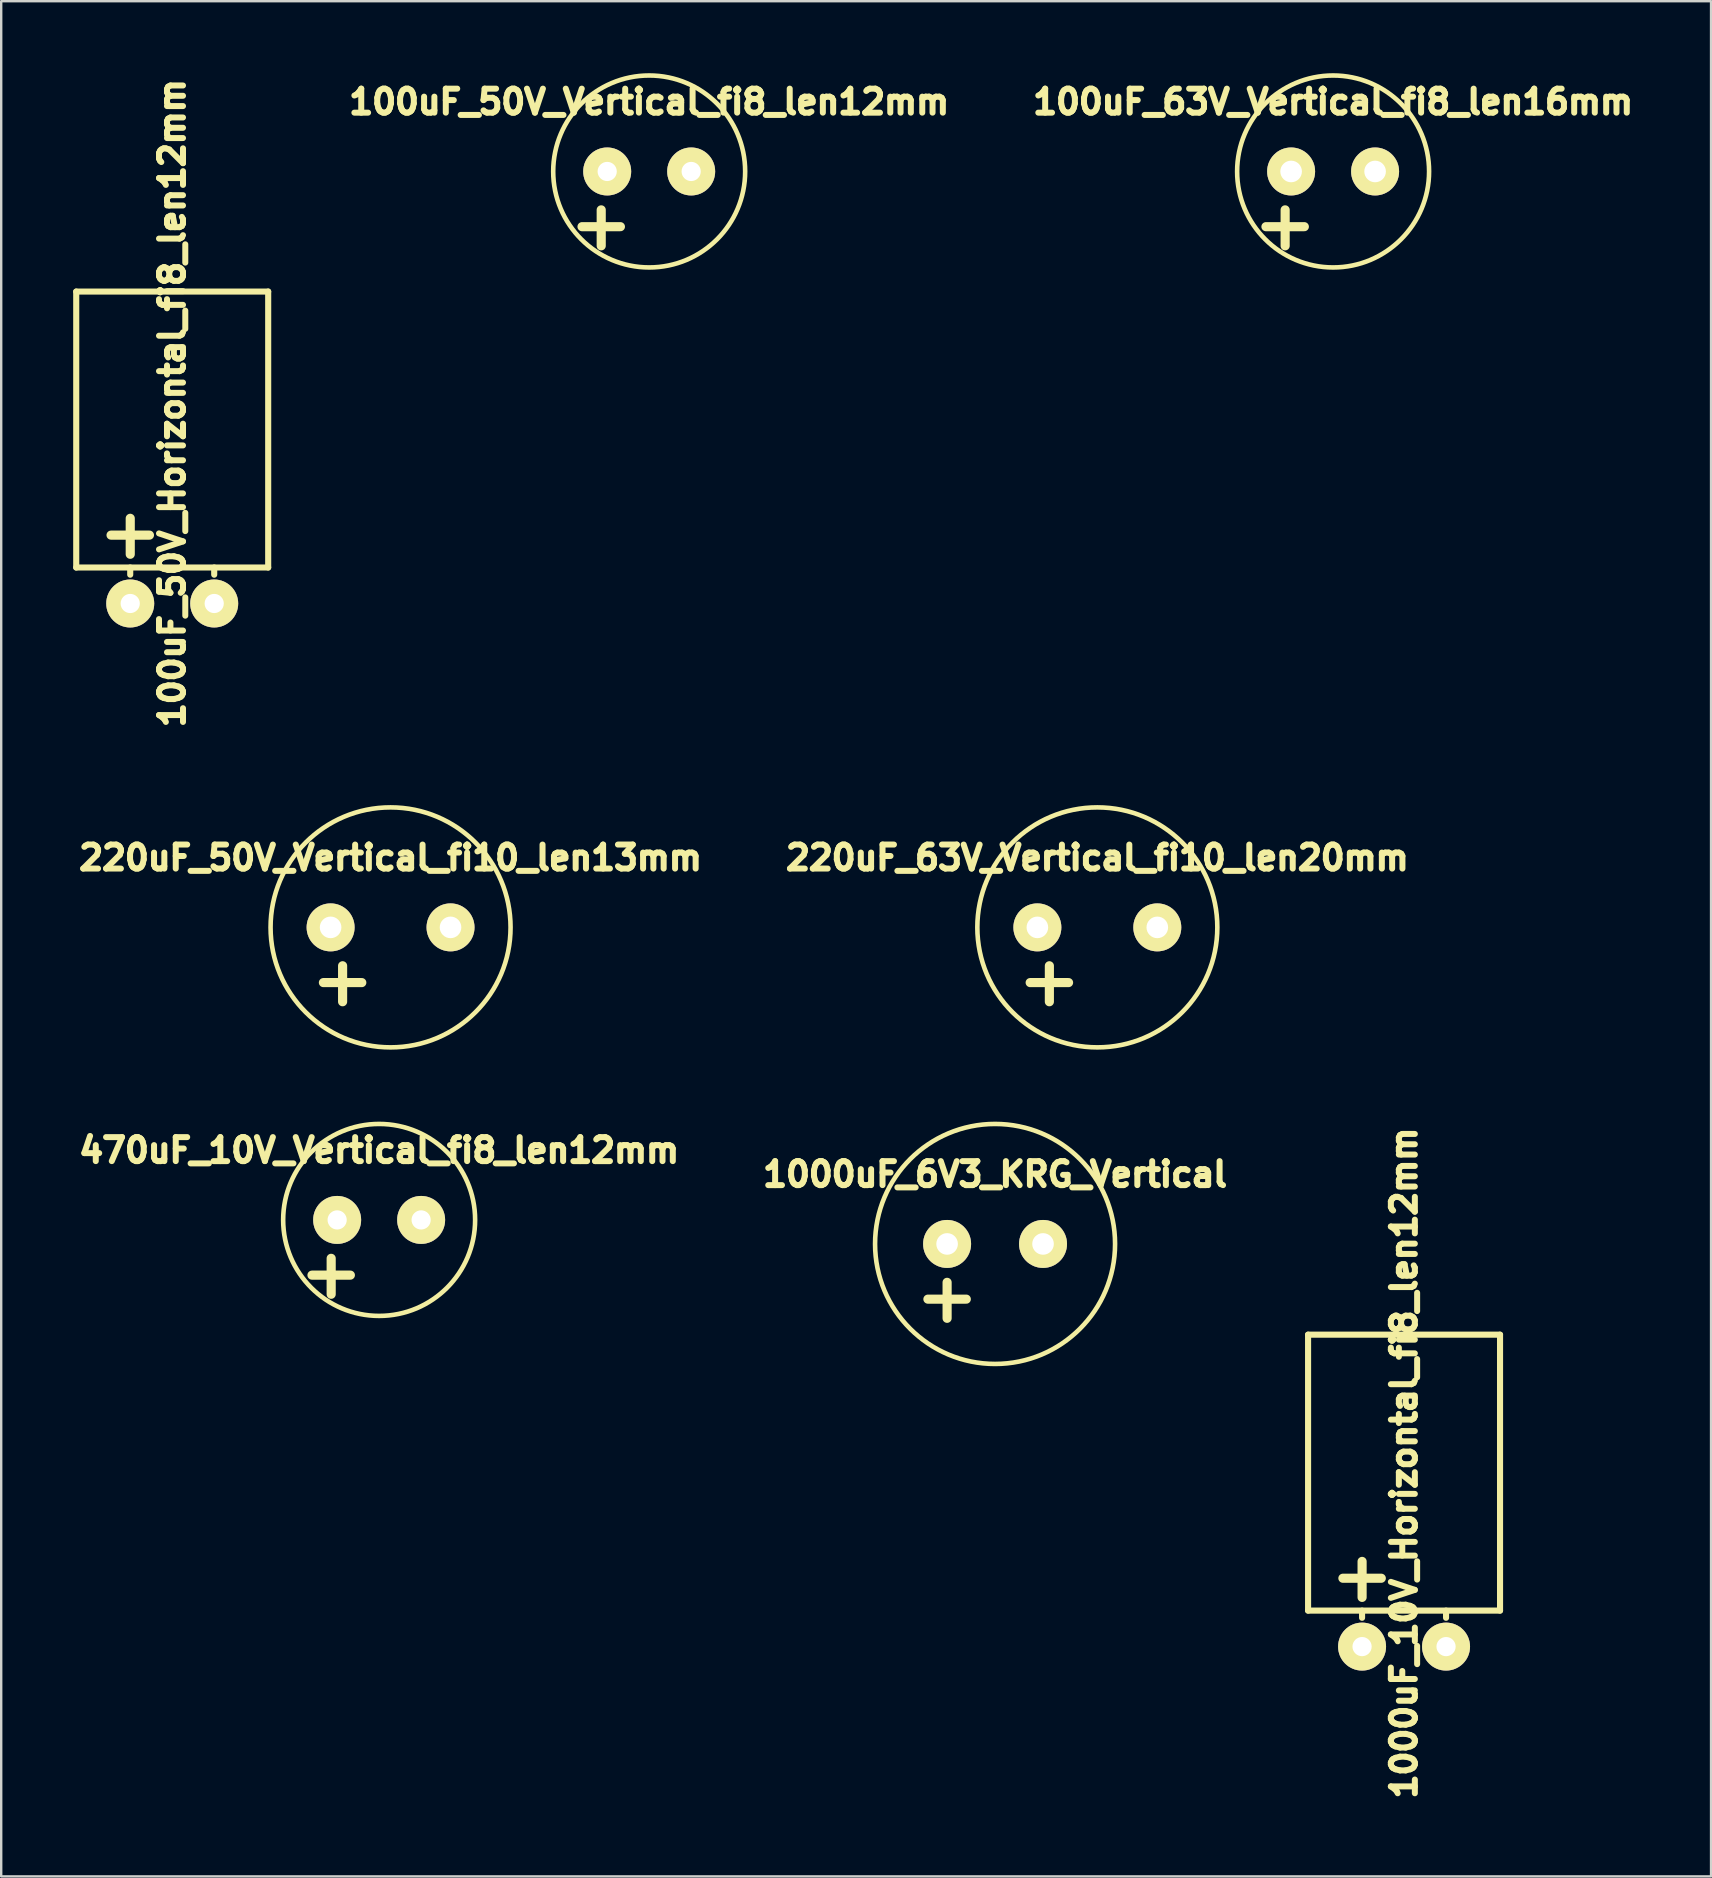
<source format=kicad_pcb>
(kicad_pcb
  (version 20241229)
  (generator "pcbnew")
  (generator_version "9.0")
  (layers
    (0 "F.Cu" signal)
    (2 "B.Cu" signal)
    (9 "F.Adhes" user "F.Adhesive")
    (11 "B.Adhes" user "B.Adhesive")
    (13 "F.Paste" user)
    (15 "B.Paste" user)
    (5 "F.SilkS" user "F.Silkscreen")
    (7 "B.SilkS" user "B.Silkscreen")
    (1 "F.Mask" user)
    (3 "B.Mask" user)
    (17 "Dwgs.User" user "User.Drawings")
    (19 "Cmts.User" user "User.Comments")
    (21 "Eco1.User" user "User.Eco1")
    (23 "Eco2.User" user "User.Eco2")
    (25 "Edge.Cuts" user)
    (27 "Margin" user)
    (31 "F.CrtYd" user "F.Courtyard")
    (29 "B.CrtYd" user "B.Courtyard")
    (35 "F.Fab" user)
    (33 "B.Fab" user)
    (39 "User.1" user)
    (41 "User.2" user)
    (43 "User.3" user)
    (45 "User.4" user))
  (footprint "100uF_63V_Vertical_fi8_len16mm"
    (layer "F.Cu")
    (at 52.508 4.096)
    (property "Reference" "100uF_63V_Vertical_fi8_len16mm" (at 0 -2.901 0) (layer "F.SilkS") (effects (font (size 1 1) (thickness 0.25))))
    (attr through_hole)
    (fp_line (start -2.799 2.301) (end -1.199 2.301) (stroke (width 0.381) (type solid)) (layer "F.SilkS"))
    (fp_line (start -1.999 1.6) (end -1.999 3.099) (stroke (width 0.381) (type solid)) (layer "F.SilkS"))
    (fp_circle (center 0 0) (end 4 0) (stroke (width 0.191) (type solid)) (fill no) (layer "F.SilkS"))
    (pad "1" thru_hole oval (at -1.75 0) (size 1.999 1.999) (drill 0.9) (layers "*.Cu" "*.Mask" "F.SilkS"))
    (pad "2" thru_hole oval (at 1.75 0) (size 1.999 1.999) (drill 0.9) (layers "*.Cu" "*.Mask" "F.SilkS")))
  (footprint "1000uF_6V3_KRG_Vertical"
    (layer "F.Cu")
    (at 38.42 48.792)
    (property "Reference" "1000uF_6V3_KRG_Vertical" (at 0 -2.901 0) (layer "F.SilkS") (effects (font (size 1 1) (thickness 0.25))))
    (attr through_hole)
    (fp_line (start -2.799 2.301) (end -1.199 2.301) (stroke (width 0.381) (type solid)) (layer "F.SilkS"))
    (fp_line (start -1.999 1.6) (end -1.999 3.099) (stroke (width 0.381) (type solid)) (layer "F.SilkS"))
    (fp_circle (center 0 0) (end 0 5.001) (stroke (width 0.191) (type solid)) (fill no) (layer "F.SilkS"))
    (pad "1" thru_hole oval (at -1.999 0) (size 1.999 1.999) (drill 0.9) (layers "*.Cu" "*.Mask" "F.SilkS"))
    (pad "2" thru_hole oval (at 1.999 0) (size 1.999 1.999) (drill 0.9) (layers "*.Cu" "*.Mask" "F.SilkS")))
  (footprint "1000uF_10V_Horizontal_fi8_len12mm"
    (layer "F.Cu")
    (at 55.465 65.573)
    (property "Reference" "1000uF_10V_Horizontal_fi8_len12mm" (at 0 -7.65 90) (layer "F.SilkS") (effects (font (size 1 1) (thickness 0.25))))
    (attr through_hole)
    (fp_line (start -4 -13) (end -4 -1.5) (stroke (width 0.254) (type solid)) (layer "F.SilkS"))
    (fp_line (start -4 -1.5) (end 4 -1.5) (stroke (width 0.254) (type solid)) (layer "F.SilkS"))
    (fp_line (start -2.549 -2.849) (end -0.949 -2.849) (stroke (width 0.381) (type solid)) (layer "F.SilkS"))
    (fp_line (start -1.75 -1.5) (end -1.75 -1.2) (stroke (width 0.254) (type solid)) (layer "F.SilkS"))
    (fp_line (start -1.749 -3.55) (end -1.749 -2.051) (stroke (width 0.381) (type solid)) (layer "F.SilkS"))
    (fp_line (start 1.75 -1.5) (end 1.75 -1.2) (stroke (width 0.254) (type solid)) (layer "F.SilkS"))
    (fp_line (start 4 -13) (end -4 -13) (stroke (width 0.254) (type solid)) (layer "F.SilkS"))
    (fp_line (start 4 -1.5) (end 4 -13) (stroke (width 0.254) (type solid)) (layer "F.SilkS"))
    (pad "1" thru_hole oval (at -1.75 0) (size 1.999 1.999) (drill 0.8) (layers "*.Cu" "*.Mask" "F.SilkS"))
    (pad "2" thru_hole oval (at 1.75 0) (size 1.999 1.999) (drill 0.8) (layers "*.Cu" "*.Mask" "F.SilkS")))
  (footprint "470uF_10V_Vertical_fi8_len12mm"
    (layer "F.Cu")
    (at 12.751 47.791)
    (property "Reference" "470uF_10V_Vertical_fi8_len12mm" (at 0 -2.901 0) (layer "F.SilkS") (effects (font (size 1 1) (thickness 0.25))))
    (attr through_hole)
    (fp_line (start -2.799 2.301) (end -1.199 2.301) (stroke (width 0.381) (type solid)) (layer "F.SilkS"))
    (fp_line (start -1.999 1.6) (end -1.999 3.099) (stroke (width 0.381) (type solid)) (layer "F.SilkS"))
    (fp_circle (center 0 0) (end 4 0) (stroke (width 0.191) (type solid)) (fill no) (layer "F.SilkS"))
    (pad "1" thru_hole oval (at -1.75 0) (size 1.999 1.999) (drill 0.8) (layers "*.Cu" "*.Mask" "F.SilkS"))
    (pad "2" thru_hole oval (at 1.75 0) (size 1.999 1.999) (drill 0.8) (layers "*.Cu" "*.Mask" "F.SilkS")))
  (footprint "100uF_50V_Vertical_fi8_len12mm"
    (layer "F.Cu")
    (at 24.005 4.096)
    (property "Reference" "100uF_50V_Vertical_fi8_len12mm" (at 0 -2.901 0) (layer "F.SilkS") (effects (font (size 1 1) (thickness 0.25))))
    (attr through_hole)
    (fp_line (start -2.799 2.301) (end -1.199 2.301) (stroke (width 0.381) (type solid)) (layer "F.SilkS"))
    (fp_line (start -1.999 1.6) (end -1.999 3.099) (stroke (width 0.381) (type solid)) (layer "F.SilkS"))
    (fp_circle (center 0 0) (end 4 0) (stroke (width 0.191) (type solid)) (fill no) (layer "F.SilkS"))
    (pad "1" thru_hole oval (at -1.75 0) (size 1.999 1.999) (drill 0.8) (layers "*.Cu" "*.Mask" "F.SilkS"))
    (pad "2" thru_hole oval (at 1.75 0) (size 1.999 1.999) (drill 0.8) (layers "*.Cu" "*.Mask" "F.SilkS")))
  (footprint "220uF_50V_Vertical_fi10_len13mm"
    (layer "F.Cu")
    (at 13.227 35.599)
    (property "Reference" "220uF_50V_Vertical_fi10_len13mm" (at 0 -2.901 0) (layer "F.SilkS") (effects (font (size 1 1) (thickness 0.25))))
    (attr through_hole)
    (fp_line (start -2.799 2.301) (end -1.199 2.301) (stroke (width 0.381) (type solid)) (layer "F.SilkS"))
    (fp_line (start -1.999 1.6) (end -1.999 3.099) (stroke (width 0.381) (type solid)) (layer "F.SilkS"))
    (fp_circle (center 0 0) (end 5.001 0) (stroke (width 0.191) (type solid)) (fill no) (layer "F.SilkS"))
    (pad "1" thru_hole oval (at -2.499 0) (size 1.999 1.999) (drill 0.9) (layers "*.Cu" "*.Mask" "F.SilkS"))
    (pad "2" thru_hole oval (at 2.499 0) (size 1.999 1.999) (drill 0.9) (layers "*.Cu" "*.Mask" "F.SilkS")))
  (footprint "220uF_63V_Vertical_fi10_len20mm"
    (layer "F.Cu")
    (at 42.682 35.599)
    (property "Reference" "220uF_63V_Vertical_fi10_len20mm" (at 0 -2.901 0) (layer "F.SilkS") (effects (font (size 1 1) (thickness 0.25))))
    (attr through_hole)
    (fp_line (start -2.799 2.301) (end -1.199 2.301) (stroke (width 0.381) (type solid)) (layer "F.SilkS"))
    (fp_line (start -1.999 1.6) (end -1.999 3.099) (stroke (width 0.381) (type solid)) (layer "F.SilkS"))
    (fp_circle (center 0 0) (end 5.001 0) (stroke (width 0.191) (type solid)) (fill no) (layer "F.SilkS"))
    (pad "1" thru_hole oval (at -2.499 0) (size 1.999 1.999) (drill 0.9) (layers "*.Cu" "*.Mask" "F.SilkS"))
    (pad "2" thru_hole oval (at 2.499 0) (size 1.999 1.999) (drill 0.9) (layers "*.Cu" "*.Mask" "F.SilkS")))
  (footprint "100uF_50V_Horizontal_fi8_len12mm"
    (layer "F.Cu")
    (at 4.127 22.101)
    (property "Reference" "100uF_50V_Horizontal_fi8_len12mm" (at 0 -8.35 90) (layer "F.SilkS") (effects (font (size 1 1) (thickness 0.25))))
    (attr through_hole)
    (fp_line (start -4 -13) (end -4 -1.5) (stroke (width 0.254) (type solid)) (layer "F.SilkS"))
    (fp_line (start -4 -1.5) (end 4 -1.5) (stroke (width 0.254) (type solid)) (layer "F.SilkS"))
    (fp_line (start -2.549 -2.849) (end -0.949 -2.849) (stroke (width 0.381) (type solid)) (layer "F.SilkS"))
    (fp_line (start -1.75 -1.5) (end -1.75 -1.2) (stroke (width 0.254) (type solid)) (layer "F.SilkS"))
    (fp_line (start -1.749 -3.55) (end -1.749 -2.051) (stroke (width 0.381) (type solid)) (layer "F.SilkS"))
    (fp_line (start 1.75 -1.5) (end 1.75 -1.2) (stroke (width 0.254) (type solid)) (layer "F.SilkS"))
    (fp_line (start 4 -13) (end -4 -13) (stroke (width 0.254) (type solid)) (layer "F.SilkS"))
    (fp_line (start 4 -1.5) (end 4 -13) (stroke (width 0.254) (type solid)) (layer "F.SilkS"))
    (pad "1" thru_hole oval (at -1.75 0) (size 1.999 1.999) (drill 0.8) (layers "*.Cu" "*.Mask" "F.SilkS"))
    (pad "2" thru_hole oval (at 1.75 0) (size 1.999 1.999) (drill 0.8) (layers "*.Cu" "*.Mask" "F.SilkS")))
  (gr_rect
    (start -3 -3)
    (end 68.259 75.15)
    (stroke (width 0.1) (type default))
    (fill no)
    (layer "Edge.Cuts")))
</source>
